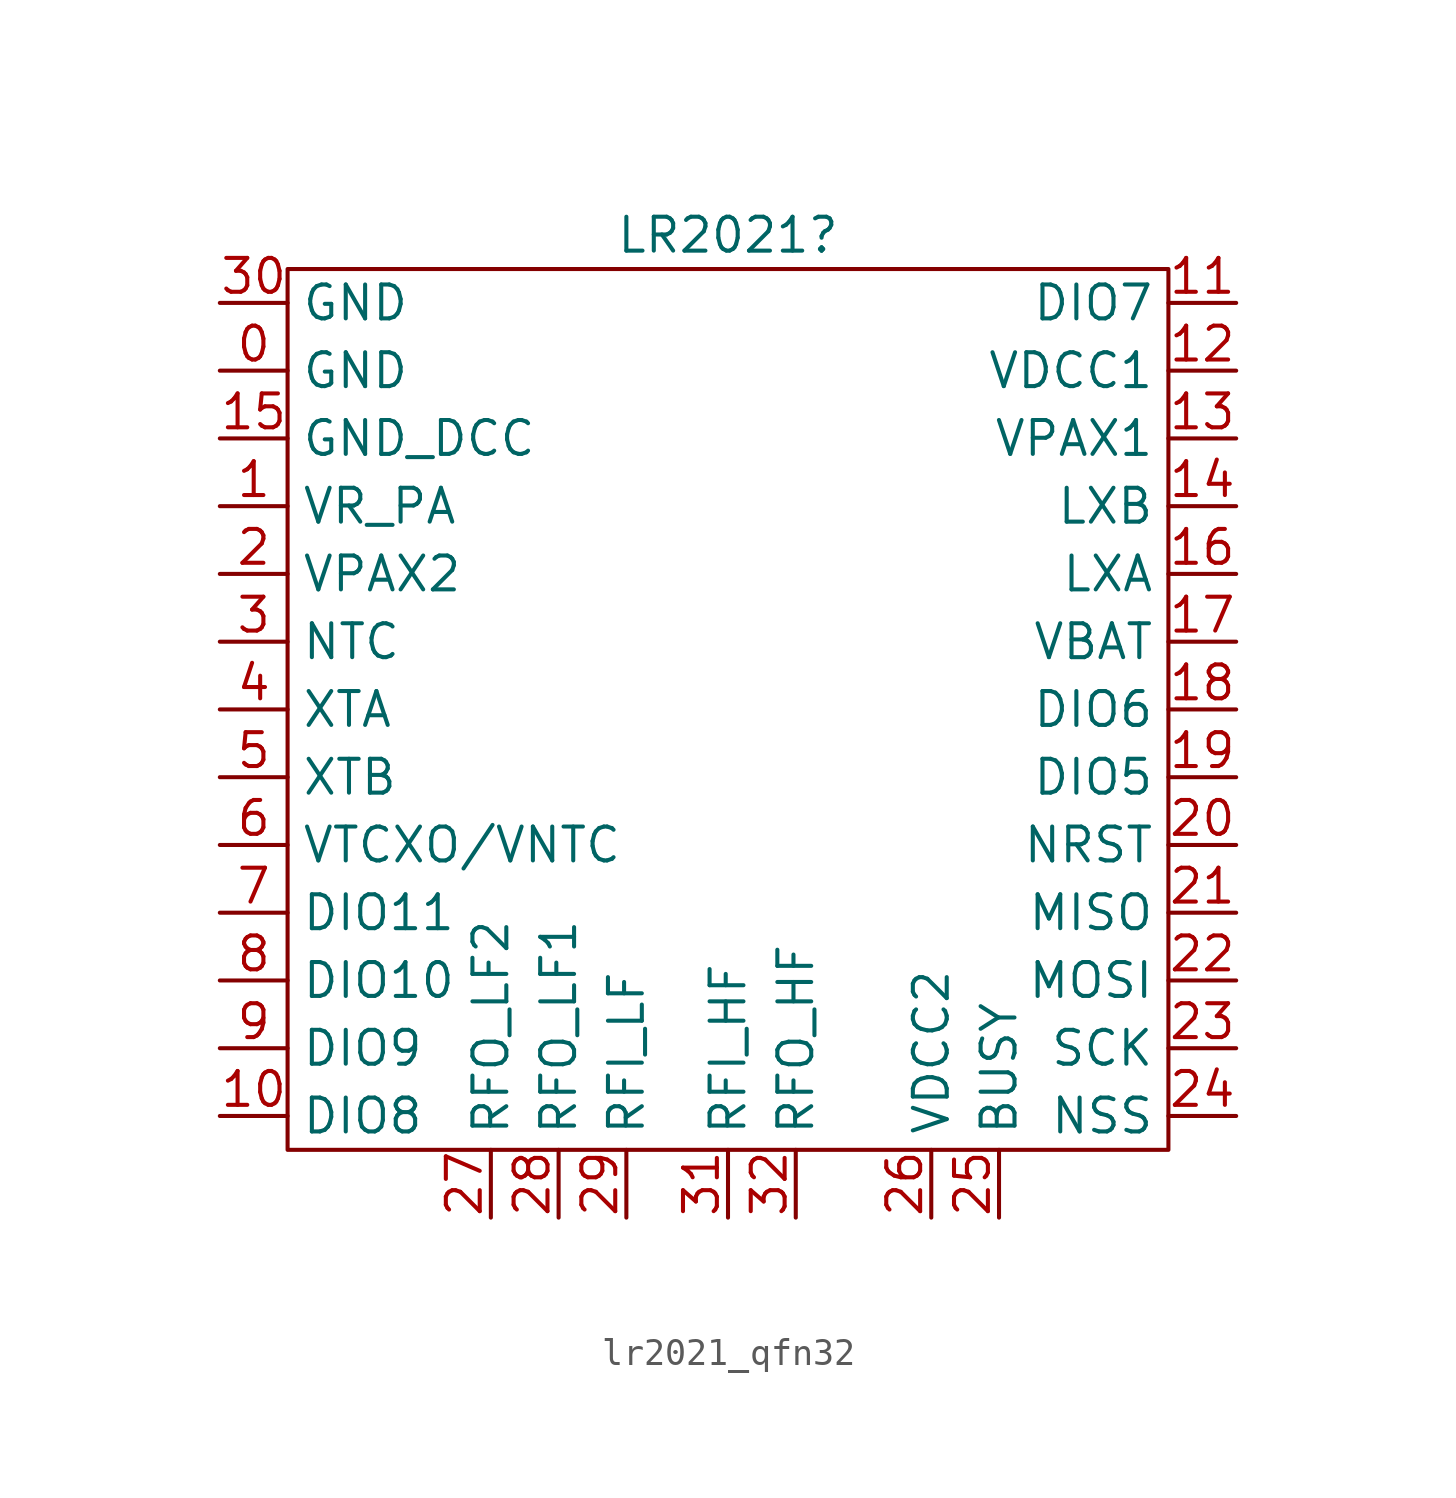
<source format=kicad_sym>
(kicad_symbol_lib
  (version 20241209)
  (generator "kicad_symbol_editor")
  (generator_version "9.0")
  (symbol "lr2021_qfn32"
    (property "Reference" "LR2021"
      (at 0 0 0)
      (effects (font (size 1.27 1.27))))
    (property "Value" ""
      (at 0 0 0)
      (effects (font (size 1.27 1.27))))
    (symbol "lr2021_qfn32_0_1"
      (rectangle (start -16.51 -1.27) (end 16.51 -34.29) (stroke (width 0) (type default)) (fill (type none))))
    (symbol "lr2021_qfn32_1_1"
      (pin power_in line (at -19.05 -2.54 0) (length 2.54) (name "GND" (effects (font (size 1.27 1.27)))) (number "30" (effects (font (size 1.27 1.27)))))
      (pin power_in line (at -19.05 -5.08 0) (length 2.54) (name "GND" (effects (font (size 1.27 1.27)))) (number "0" (effects (font (size 1.27 1.27)))))
      (pin power_in line (at -19.05 -7.62 0) (length 2.54) (name "GND_DCC" (effects (font (size 1.27 1.27)))) (number "15" (effects (font (size 1.27 1.27)))))
      (pin power_out line (at -19.05 -10.16 0) (length 2.54) (name "VR_PA" (effects (font (size 1.27 1.27)))) (number "1" (effects (font (size 1.27 1.27)))))
      (pin power_out line (at -19.05 -12.7 0) (length 2.54) (name "VPAX2" (effects (font (size 1.27 1.27)))) (number "2" (effects (font (size 1.27 1.27)))))
      (pin input line (at -19.05 -15.24 0) (length 2.54) (name "NTC" (effects (font (size 1.27 1.27)))) (number "3" (effects (font (size 1.27 1.27)))))
      (pin input line (at -19.05 -17.78 0) (length 2.54) (name "XTA" (effects (font (size 1.27 1.27)))) (number "4" (effects (font (size 1.27 1.27)))))
      (pin input line (at -19.05 -20.32 0) (length 2.54) (name "XTB" (effects (font (size 1.27 1.27)))) (number "5" (effects (font (size 1.27 1.27)))))
      (pin power_out line (at -19.05 -22.86 0) (length 2.54) (name "VTCXO/VNTC" (effects (font (size 1.27 1.27)))) (number "6" (effects (font (size 1.27 1.27)))))
      (pin bidirectional line (at -19.05 -25.4 0) (length 2.54) (name "DIO11" (effects (font (size 1.27 1.27)))) (number "7" (effects (font (size 1.27 1.27)))))
      (pin bidirectional line (at -19.05 -27.94 0) (length 2.54) (name "DIO10" (effects (font (size 1.27 1.27)))) (number "8" (effects (font (size 1.27 1.27)))))
      (pin bidirectional line (at -19.05 -30.48 0) (length 2.54) (name "DIO9" (effects (font (size 1.27 1.27)))) (number "9" (effects (font (size 1.27 1.27)))))
      (pin bidirectional line (at -19.05 -33.02 0) (length 2.54) (name "DIO8" (effects (font (size 1.27 1.27)))) (number "10" (effects (font (size 1.27 1.27)))))
      (pin output line (at -8.89 -36.83 90) (length 2.54) (name "RFO_LF2" (effects (font (size 1.27 1.27)))) (number "27" (effects (font (size 1.27 1.27)))))
      (pin output line (at -6.35 -36.83 90) (length 2.54) (name "RFO_LF1" (effects (font (size 1.27 1.27)))) (number "28" (effects (font (size 1.27 1.27)))))
      (pin input line (at -3.81 -36.83 90) (length 2.54) (name "RFI_LF" (effects (font (size 1.27 1.27)))) (number "29" (effects (font (size 1.27 1.27)))))
      (pin input line (at 0 -36.83 90) (length 2.54) (name "RFI_HF" (effects (font (size 1.27 1.27)))) (number "31" (effects (font (size 1.27 1.27)))))
      (pin output line (at 2.54 -36.83 90) (length 2.54) (name "RFO_HF" (effects (font (size 1.27 1.27)))) (number "32" (effects (font (size 1.27 1.27)))))
      (pin power_in line (at 7.62 -36.83 90) (length 2.54) (name "VDCC2" (effects (font (size 1.27 1.27)))) (number "26" (effects (font (size 1.27 1.27)))))
      (pin output line (at 10.16 -36.83 90) (length 2.54) (name "BUSY" (effects (font (size 1.27 1.27)))) (number "25" (effects (font (size 1.27 1.27)))))
      (pin bidirectional line (at 19.05 -2.54 180) (length 2.54) (name "DIO7" (effects (font (size 1.27 1.27)))) (number "11" (effects (font (size 1.27 1.27)))))
      (pin power_out line (at 19.05 -5.08 180) (length 2.54) (name "VDCC1" (effects (font (size 1.27 1.27)))) (number "12" (effects (font (size 1.27 1.27)))))
      (pin power_out line (at 19.05 -7.62 180) (length 2.54) (name "VPAX1" (effects (font (size 1.27 1.27)))) (number "13" (effects (font (size 1.27 1.27)))))
      (pin unspecified line (at 19.05 -10.16 180) (length 2.54) (name "LXB" (effects (font (size 1.27 1.27)))) (number "14" (effects (font (size 1.27 1.27)))))
      (pin unspecified line (at 19.05 -12.7 180) (length 2.54) (name "LXA" (effects (font (size 1.27 1.27)))) (number "16" (effects (font (size 1.27 1.27)))))
      (pin power_in line (at 19.05 -15.24 180) (length 2.54) (name "VBAT" (effects (font (size 1.27 1.27)))) (number "17" (effects (font (size 1.27 1.27)))))
      (pin bidirectional line (at 19.05 -17.78 180) (length 2.54) (name "DIO6" (effects (font (size 1.27 1.27)))) (number "18" (effects (font (size 1.27 1.27)))))
      (pin bidirectional line (at 19.05 -20.32 180) (length 2.54) (name "DIO5" (effects (font (size 1.27 1.27)))) (number "19" (effects (font (size 1.27 1.27)))))
      (pin input line (at 19.05 -22.86 180) (length 2.54) (name "NRST" (effects (font (size 1.27 1.27)))) (number "20" (effects (font (size 1.27 1.27)))))
      (pin output line (at 19.05 -25.4 180) (length 2.54) (name "MISO" (effects (font (size 1.27 1.27)))) (number "21" (effects (font (size 1.27 1.27)))))
      (pin input line (at 19.05 -27.94 180) (length 2.54) (name "MOSI" (effects (font (size 1.27 1.27)))) (number "22" (effects (font (size 1.27 1.27)))))
      (pin input line (at 19.05 -30.48 180) (length 2.54) (name "SCK" (effects (font (size 1.27 1.27)))) (number "23" (effects (font (size 1.27 1.27)))))
      (pin input line (at 19.05 -33.02 180) (length 2.54) (name "NSS" (effects (font (size 1.27 1.27)))) (number "24" (effects (font (size 1.27 1.27))))))))
</source>
